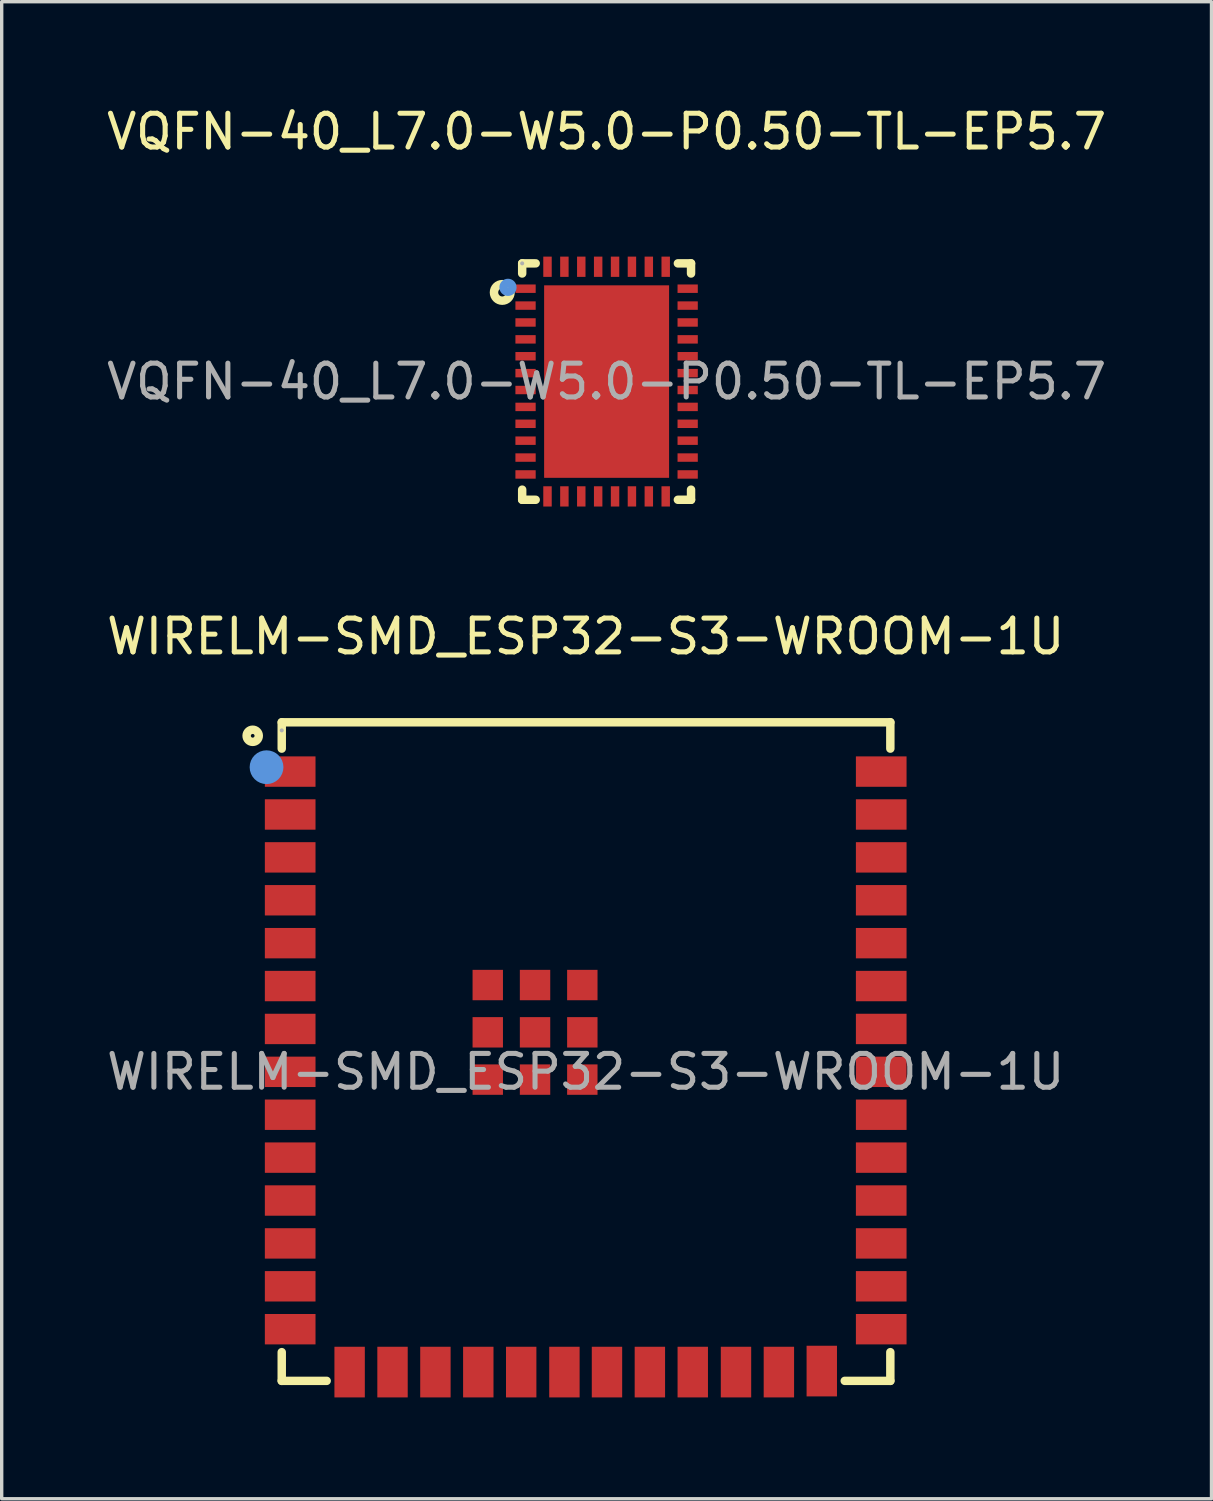
<source format=kicad_pcb>
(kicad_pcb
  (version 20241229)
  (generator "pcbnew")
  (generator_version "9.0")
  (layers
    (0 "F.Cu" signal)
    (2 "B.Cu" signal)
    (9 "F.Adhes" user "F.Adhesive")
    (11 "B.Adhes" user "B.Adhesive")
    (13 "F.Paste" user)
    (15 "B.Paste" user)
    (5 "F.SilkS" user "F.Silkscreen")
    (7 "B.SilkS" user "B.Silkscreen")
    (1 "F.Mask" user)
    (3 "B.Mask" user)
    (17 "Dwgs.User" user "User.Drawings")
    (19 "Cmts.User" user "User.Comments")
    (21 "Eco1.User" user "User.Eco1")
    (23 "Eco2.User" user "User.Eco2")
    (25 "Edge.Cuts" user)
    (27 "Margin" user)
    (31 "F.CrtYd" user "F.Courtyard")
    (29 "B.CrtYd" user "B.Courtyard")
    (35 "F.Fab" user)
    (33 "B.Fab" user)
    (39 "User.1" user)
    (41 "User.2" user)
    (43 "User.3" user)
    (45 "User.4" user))
  (footprint "WIRELM-SMD_ESP32-S3-WROOM-1U"
    (layer "F.Cu")
    (at 14.292 28.686)
    (property "Reference" "WIRELM-SMD_ESP32-S3-WROOM-1U" (at 0 -12.89 0) (layer "F.SilkS") (effects (font (size 1 1) (thickness 0.15))))
    (attr smd)
    (fp_line (start -9 -10.35) (end -9 -9.57) (stroke (width 0.25) (type solid)) (layer "F.SilkS"))
    (fp_line (start -9 -10.35) (end 9.02 -10.35) (stroke (width 0.25) (type solid)) (layer "F.SilkS"))
    (fp_line (start -9 8.3) (end -9 9.15) (stroke (width 0.25) (type solid)) (layer "F.SilkS"))
    (fp_line (start -9 9.15) (end -7.67 9.15) (stroke (width 0.25) (type solid)) (layer "F.SilkS"))
    (fp_line (start 7.67 9.15) (end 9.02 9.15) (stroke (width 0.25) (type solid)) (layer "F.SilkS"))
    (fp_line (start 9.02 -9.57) (end 9.02 -10.35) (stroke (width 0.25) (type solid)) (layer "F.SilkS"))
    (fp_line (start 9.02 9.15) (end 9.02 8.3) (stroke (width 0.25) (type solid)) (layer "F.SilkS"))
    (fp_circle (center -9.86 -9.95) (end -9.68 -9.95) (stroke (width 0.25) (type solid)) (fill no) (layer "F.SilkS"))
    (fp_circle (center -9.45 -9.02) (end -9.2 -9.02) (stroke (width 0.5) (type solid)) (fill no) (layer "Cmts.User"))
    (fp_circle (center -9 -10.11) (end -8.97 -10.11) (stroke (width 0.06) (type solid)) (fill no) (layer "F.Fab"))
    (fp_text user "${REFERENCE}" (at 0 0 0) (layer "F.Fab") (effects (font (size 1 1) (thickness 0.15))))
    (pad "1" smd rect (at -8.75 -8.89) (size 1.5 0.9) (layers "F.Cu" "F.Mask" "F.Paste"))
    (pad "2" smd rect (at -8.75 -7.62) (size 1.5 0.9) (layers "F.Cu" "F.Mask" "F.Paste"))
    (pad "3" smd rect (at -8.75 -6.35) (size 1.5 0.9) (layers "F.Cu" "F.Mask" "F.Paste"))
    (pad "4" smd rect (at -8.75 -5.08) (size 1.5 0.9) (layers "F.Cu" "F.Mask" "F.Paste"))
    (pad "5" smd rect (at -8.75 -3.81) (size 1.5 0.9) (layers "F.Cu" "F.Mask" "F.Paste"))
    (pad "6" smd rect (at -8.75 -2.54) (size 1.5 0.9) (layers "F.Cu" "F.Mask" "F.Paste"))
    (pad "7" smd rect (at -8.75 -1.27) (size 1.5 0.9) (layers "F.Cu" "F.Mask" "F.Paste"))
    (pad "8" smd rect (at -8.75 0) (size 1.5 0.9) (layers "F.Cu" "F.Mask" "F.Paste"))
    (pad "9" smd rect (at -8.75 1.27) (size 1.5 0.9) (layers "F.Cu" "F.Mask" "F.Paste"))
    (pad "10" smd rect (at -8.75 2.54) (size 1.5 0.9) (layers "F.Cu" "F.Mask" "F.Paste"))
    (pad "11" smd rect (at -8.75 3.81) (size 1.5 0.9) (layers "F.Cu" "F.Mask" "F.Paste"))
    (pad "12" smd rect (at -8.75 5.08) (size 1.5 0.9) (layers "F.Cu" "F.Mask" "F.Paste"))
    (pad "13" smd rect (at -8.75 6.35) (size 1.5 0.9) (layers "F.Cu" "F.Mask" "F.Paste"))
    (pad "14" smd rect (at -8.75 7.62) (size 1.5 0.9) (layers "F.Cu" "F.Mask" "F.Paste"))
    (pad "15" smd rect (at -6.99 8.89 90) (size 1.5 0.9) (layers "F.Cu" "F.Mask" "F.Paste"))
    (pad "16" smd rect (at -5.72 8.89 90) (size 1.5 0.9) (layers "F.Cu" "F.Mask" "F.Paste"))
    (pad "17" smd rect (at -4.45 8.89 90) (size 1.5 0.9) (layers "F.Cu" "F.Mask" "F.Paste"))
    (pad "18" smd rect (at -3.18 8.89 90) (size 1.5 0.9) (layers "F.Cu" "F.Mask" "F.Paste"))
    (pad "19" smd rect (at -1.91 8.89 90) (size 1.5 0.9) (layers "F.Cu" "F.Mask" "F.Paste"))
    (pad "20" smd rect (at -0.63 8.89 90) (size 1.5 0.9) (layers "F.Cu" "F.Mask" "F.Paste"))
    (pad "21" smd rect (at 0.63 8.89 90) (size 1.5 0.9) (layers "F.Cu" "F.Mask" "F.Paste"))
    (pad "22" smd rect (at 1.9 8.89 90) (size 1.5 0.9) (layers "F.Cu" "F.Mask" "F.Paste"))
    (pad "23" smd rect (at 3.17 8.89 90) (size 1.5 0.9) (layers "F.Cu" "F.Mask" "F.Paste"))
    (pad "24" smd rect (at 4.45 8.89 90) (size 1.5 0.9) (layers "F.Cu" "F.Mask" "F.Paste"))
    (pad "25" smd rect (at 5.72 8.89 90) (size 1.5 0.9) (layers "F.Cu" "F.Mask" "F.Paste"))
    (pad "26" smd rect (at 6.99 8.86 90) (size 1.5 0.9) (layers "F.Cu" "F.Mask" "F.Paste"))
    (pad "27" smd rect (at 8.75 7.62 180) (size 1.5 0.9) (layers "F.Cu" "F.Mask" "F.Paste"))
    (pad "28" smd rect (at 8.75 6.35 180) (size 1.5 0.9) (layers "F.Cu" "F.Mask" "F.Paste"))
    (pad "29" smd rect (at 8.75 5.08 180) (size 1.5 0.9) (layers "F.Cu" "F.Mask" "F.Paste"))
    (pad "30" smd rect (at 8.75 3.81 180) (size 1.5 0.9) (layers "F.Cu" "F.Mask" "F.Paste"))
    (pad "31" smd rect (at 8.75 2.54 180) (size 1.5 0.9) (layers "F.Cu" "F.Mask" "F.Paste"))
    (pad "32" smd rect (at 8.75 1.27 180) (size 1.5 0.9) (layers "F.Cu" "F.Mask" "F.Paste"))
    (pad "33" smd rect (at 8.75 0 180) (size 1.5 0.9) (layers "F.Cu" "F.Mask" "F.Paste"))
    (pad "34" smd rect (at 8.75 -1.27 180) (size 1.5 0.9) (layers "F.Cu" "F.Mask" "F.Paste"))
    (pad "35" smd rect (at 8.75 -2.54 180) (size 1.5 0.9) (layers "F.Cu" "F.Mask" "F.Paste"))
    (pad "36" smd rect (at 8.75 -3.81 180) (size 1.5 0.9) (layers "F.Cu" "F.Mask" "F.Paste"))
    (pad "37" smd rect (at 8.75 -5.08 180) (size 1.5 0.9) (layers "F.Cu" "F.Mask" "F.Paste"))
    (pad "38" smd rect (at 8.75 -6.35 180) (size 1.5 0.9) (layers "F.Cu" "F.Mask" "F.Paste"))
    (pad "39" smd rect (at 8.75 -7.62 180) (size 1.5 0.9) (layers "F.Cu" "F.Mask" "F.Paste"))
    (pad "40" smd rect (at 8.75 -8.89 180) (size 1.5 0.9) (layers "F.Cu" "F.Mask" "F.Paste"))
    (pad "41" smd rect (at -2.9 -2.57 90) (size 0.9 0.9) (layers "F.Cu" "F.Mask" "F.Paste"))
    (pad "41" smd rect (at -2.9 -1.17 90) (size 0.9 0.9) (layers "F.Cu" "F.Mask" "F.Paste"))
    (pad "41" smd rect (at -2.9 0.23 90) (size 0.9 0.9) (layers "F.Cu" "F.Mask" "F.Paste"))
    (pad "41" smd rect (at -1.5 -2.57 90) (size 0.9 0.9) (layers "F.Cu" "F.Mask" "F.Paste"))
    (pad "41" smd rect (at -1.5 -1.17 90) (size 0.9 0.9) (layers "F.Cu" "F.Mask" "F.Paste"))
    (pad "41" smd rect (at -1.5 0.23 90) (size 0.9 0.9) (layers "F.Cu" "F.Mask" "F.Paste"))
    (pad "41" smd rect (at -0.1 -2.57 90) (size 0.9 0.9) (layers "F.Cu" "F.Mask" "F.Paste"))
    (pad "41" smd rect (at -0.1 -1.17 90) (size 0.9 0.9) (layers "F.Cu" "F.Mask" "F.Paste"))
    (pad "41" smd rect (at -0.1 0.23 90) (size 0.9 0.9) (layers "F.Cu" "F.Mask" "F.Paste")))
  (footprint "VQFN-40_L7.0-W5.0-P0.50-TL-EP5.7"
    (layer "F.Cu")
    (at 14.911 8.248)
    (property "Reference" "VQFN-40_L7.0-W5.0-P0.50-TL-EP5.7" (at 0 -7.4 0) (layer "F.SilkS") (effects (font (size 1 1) (thickness 0.15))))
    (attr smd)
    (fp_line (start -2.5 -3.5) (end -2.5 -3.2) (stroke (width 0.25) (type solid)) (layer "F.SilkS"))
    (fp_line (start -2.5 3.2) (end -2.5 3.5) (stroke (width 0.25) (type solid)) (layer "F.SilkS"))
    (fp_line (start -2.5 3.5) (end -2.1 3.5) (stroke (width 0.25) (type solid)) (layer "F.SilkS"))
    (fp_line (start -2.1 -3.5) (end -2.5 -3.5) (stroke (width 0.25) (type solid)) (layer "F.SilkS"))
    (fp_line (start 2.11 3.5) (end 2.5 3.5) (stroke (width 0.25) (type solid)) (layer "F.SilkS"))
    (fp_line (start 2.5 -3.5) (end 2.11 -3.5) (stroke (width 0.25) (type solid)) (layer "F.SilkS"))
    (fp_line (start 2.5 -3.2) (end 2.5 -3.5) (stroke (width 0.25) (type solid)) (layer "F.SilkS"))
    (fp_line (start 2.5 3.5) (end 2.5 3.2) (stroke (width 0.25) (type solid)) (layer "F.SilkS"))
    (fp_circle (center -3.09 -2.64) (end -2.97 -2.64) (stroke (width 0.25) (type solid)) (fill no) (layer "F.SilkS"))
    (fp_circle (center -2.92 -2.79) (end -2.79 -2.79) (stroke (width 0.25) (type solid)) (fill no) (layer "Cmts.User"))
    (fp_circle (center -2.5 -3.5) (end -2.47 -3.5) (stroke (width 0.06) (type solid)) (fill no) (layer "F.Fab"))
    (fp_text user "${REFERENCE}" (at 0 0 0) (layer "F.Fab") (effects (font (size 1 1) (thickness 0.15))))
    (pad "1" smd rect (at -2.4 -2.75) (size 0.6 0.25) (layers "F.Cu" "F.Mask" "F.Paste"))
    (pad "2" smd rect (at -2.4 -2.25) (size 0.6 0.25) (layers "F.Cu" "F.Mask" "F.Paste"))
    (pad "3" smd rect (at -2.4 -1.75) (size 0.6 0.25) (layers "F.Cu" "F.Mask" "F.Paste"))
    (pad "4" smd rect (at -2.4 -1.25) (size 0.6 0.25) (layers "F.Cu" "F.Mask" "F.Paste"))
    (pad "5" smd rect (at -2.4 -0.75) (size 0.6 0.25) (layers "F.Cu" "F.Mask" "F.Paste"))
    (pad "6" smd rect (at -2.4 -0.25) (size 0.6 0.25) (layers "F.Cu" "F.Mask" "F.Paste"))
    (pad "7" smd rect (at -2.4 0.25) (size 0.6 0.25) (layers "F.Cu" "F.Mask" "F.Paste"))
    (pad "8" smd rect (at -2.4 0.75) (size 0.6 0.25) (layers "F.Cu" "F.Mask" "F.Paste"))
    (pad "9" smd rect (at -2.4 1.25) (size 0.6 0.25) (layers "F.Cu" "F.Mask" "F.Paste"))
    (pad "10" smd rect (at -2.4 1.75) (size 0.6 0.25) (layers "F.Cu" "F.Mask" "F.Paste"))
    (pad "11" smd rect (at -2.4 2.25) (size 0.6 0.25) (layers "F.Cu" "F.Mask" "F.Paste"))
    (pad "12" smd rect (at -2.4 2.75) (size 0.6 0.25) (layers "F.Cu" "F.Mask" "F.Paste"))
    (pad "13" smd rect (at -1.75 3.4 90) (size 0.6 0.25) (layers "F.Cu" "F.Mask" "F.Paste"))
    (pad "14" smd rect (at -1.25 3.4 90) (size 0.6 0.25) (layers "F.Cu" "F.Mask" "F.Paste"))
    (pad "15" smd rect (at -0.75 3.4 90) (size 0.6 0.25) (layers "F.Cu" "F.Mask" "F.Paste"))
    (pad "16" smd rect (at -0.25 3.4 90) (size 0.6 0.25) (layers "F.Cu" "F.Mask" "F.Paste"))
    (pad "17" smd rect (at 0.25 3.4 90) (size 0.6 0.25) (layers "F.Cu" "F.Mask" "F.Paste"))
    (pad "18" smd rect (at 0.75 3.4 90) (size 0.6 0.25) (layers "F.Cu" "F.Mask" "F.Paste"))
    (pad "19" smd rect (at 1.25 3.4 90) (size 0.6 0.25) (layers "F.Cu" "F.Mask" "F.Paste"))
    (pad "20" smd rect (at 1.75 3.4 90) (size 0.6 0.25) (layers "F.Cu" "F.Mask" "F.Paste"))
    (pad "21" smd rect (at 2.4 2.75 180) (size 0.6 0.25) (layers "F.Cu" "F.Mask" "F.Paste"))
    (pad "22" smd rect (at 2.4 2.25 180) (size 0.6 0.25) (layers "F.Cu" "F.Mask" "F.Paste"))
    (pad "23" smd rect (at 2.4 1.75 180) (size 0.6 0.25) (layers "F.Cu" "F.Mask" "F.Paste"))
    (pad "24" smd rect (at 2.4 1.25 180) (size 0.6 0.25) (layers "F.Cu" "F.Mask" "F.Paste"))
    (pad "25" smd rect (at 2.4 0.75 180) (size 0.6 0.25) (layers "F.Cu" "F.Mask" "F.Paste"))
    (pad "26" smd rect (at 2.4 0.25 180) (size 0.6 0.25) (layers "F.Cu" "F.Mask" "F.Paste"))
    (pad "27" smd rect (at 2.4 -0.25 180) (size 0.6 0.25) (layers "F.Cu" "F.Mask" "F.Paste"))
    (pad "28" smd rect (at 2.4 -0.75 180) (size 0.6 0.25) (layers "F.Cu" "F.Mask" "F.Paste"))
    (pad "29" smd rect (at 2.4 -1.25 180) (size 0.6 0.25) (layers "F.Cu" "F.Mask" "F.Paste"))
    (pad "30" smd rect (at 2.4 -1.75 180) (size 0.6 0.25) (layers "F.Cu" "F.Mask" "F.Paste"))
    (pad "31" smd rect (at 2.4 -2.25 180) (size 0.6 0.25) (layers "F.Cu" "F.Mask" "F.Paste"))
    (pad "32" smd rect (at 2.4 -2.75 180) (size 0.6 0.25) (layers "F.Cu" "F.Mask" "F.Paste"))
    (pad "33" smd rect (at 1.75 -3.4 270) (size 0.6 0.25) (layers "F.Cu" "F.Mask" "F.Paste"))
    (pad "34" smd rect (at 1.25 -3.4 270) (size 0.6 0.25) (layers "F.Cu" "F.Mask" "F.Paste"))
    (pad "35" smd rect (at 0.75 -3.4 270) (size 0.6 0.25) (layers "F.Cu" "F.Mask" "F.Paste"))
    (pad "36" smd rect (at 0.25 -3.4 270) (size 0.6 0.25) (layers "F.Cu" "F.Mask" "F.Paste"))
    (pad "37" smd rect (at -0.25 -3.4 270) (size 0.6 0.25) (layers "F.Cu" "F.Mask" "F.Paste"))
    (pad "38" smd rect (at -0.75 -3.4 270) (size 0.6 0.25) (layers "F.Cu" "F.Mask" "F.Paste"))
    (pad "39" smd rect (at -1.25 -3.4 270) (size 0.6 0.25) (layers "F.Cu" "F.Mask" "F.Paste"))
    (pad "40" smd rect (at -1.75 -3.4 270) (size 0.6 0.25) (layers "F.Cu" "F.Mask" "F.Paste"))
    (pad "41" smd rect (at 0 0 180) (size 3.7 5.7) (layers "F.Cu" "F.Mask" "F.Paste")))
  (gr_rect
    (start -3 -3)
    (end 32.821 41.327)
    (stroke (width 0.1) (type default))
    (fill no)
    (layer "Edge.Cuts")))
</source>
